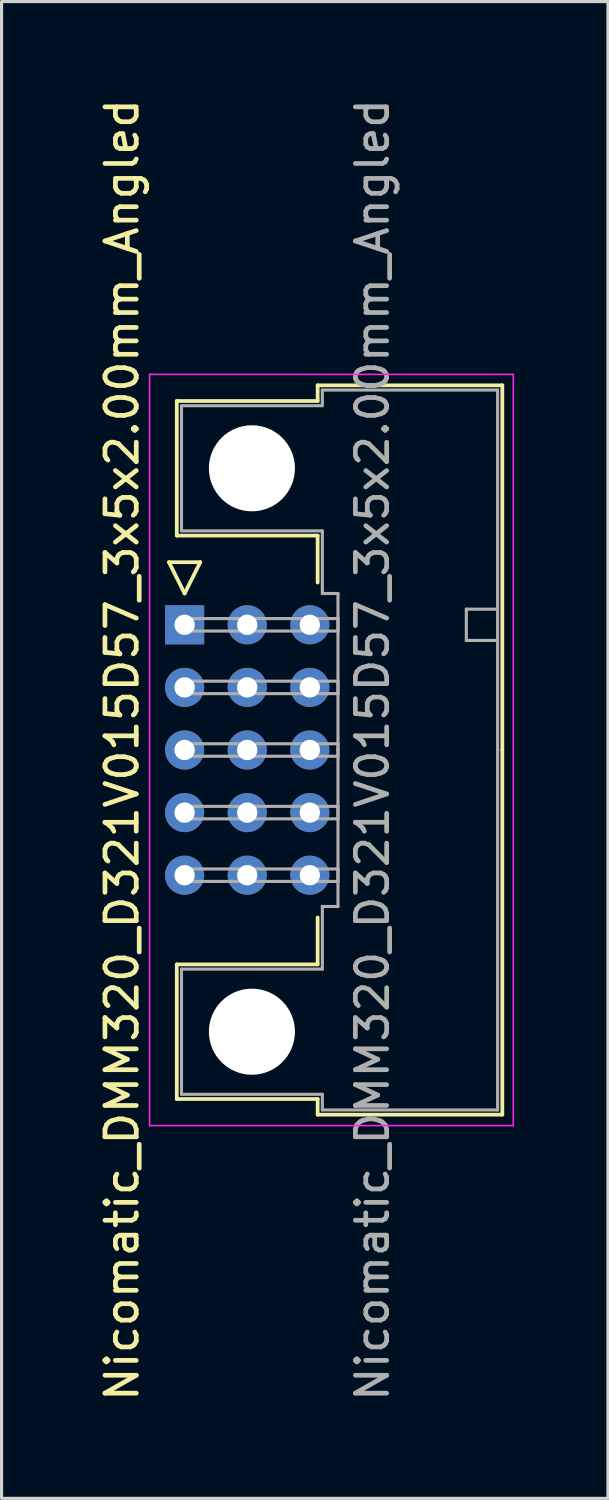
<source format=kicad_pcb>
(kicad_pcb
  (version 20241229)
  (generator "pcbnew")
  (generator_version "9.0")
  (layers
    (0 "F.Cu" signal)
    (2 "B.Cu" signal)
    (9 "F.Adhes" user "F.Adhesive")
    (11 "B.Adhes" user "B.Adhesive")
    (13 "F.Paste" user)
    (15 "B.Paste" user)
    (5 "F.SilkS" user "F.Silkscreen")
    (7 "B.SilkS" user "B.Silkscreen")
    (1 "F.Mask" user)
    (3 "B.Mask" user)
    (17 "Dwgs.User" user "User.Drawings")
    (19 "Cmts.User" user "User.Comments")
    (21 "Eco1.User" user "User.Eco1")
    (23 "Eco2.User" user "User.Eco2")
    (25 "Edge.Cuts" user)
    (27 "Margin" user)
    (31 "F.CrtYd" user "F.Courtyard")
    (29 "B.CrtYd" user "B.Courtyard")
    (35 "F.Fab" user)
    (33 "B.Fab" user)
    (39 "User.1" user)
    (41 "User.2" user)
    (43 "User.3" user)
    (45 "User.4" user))
  (footprint "Nicomatic_DMM320_D321V015D57_3x5x2.00mm_Angled"
    (layer "F.Cu")
    (at 2.848 16.911)
    (property "Reference" "Nicomatic_DMM320_D321V015D57_3x5x2.00mm_Angled" (at -2 4 90) (layer "F.SilkS") (effects (font (size 1 1) (thickness 0.15))))
    (attr through_hole)
    (fp_line (start -0.5 -2) (end 0 -1) (stroke (width 0.12) (type solid)) (layer "F.SilkS"))
    (fp_line (start -0.25 -7.15) (end -0.25 -2.85) (stroke (width 0.12) (type solid)) (layer "F.SilkS"))
    (fp_line (start -0.25 -2.85) (end 4.25 -2.85) (stroke (width 0.12) (type solid)) (layer "F.SilkS"))
    (fp_line (start -0.25 10.85) (end 4.25 10.85) (stroke (width 0.12) (type solid)) (layer "F.SilkS"))
    (fp_line (start -0.25 15.15) (end -0.25 10.85) (stroke (width 0.12) (type solid)) (layer "F.SilkS"))
    (fp_line (start 0 -1) (end 0.5 -2) (stroke (width 0.12) (type solid)) (layer "F.SilkS"))
    (fp_line (start 0.5 -2) (end -0.5 -2) (stroke (width 0.12) (type solid)) (layer "F.SilkS"))
    (fp_line (start 4.25 -7.65) (end 4.25 -7.15) (stroke (width 0.12) (type solid)) (layer "F.SilkS"))
    (fp_line (start 4.25 -7.15) (end -0.25 -7.15) (stroke (width 0.12) (type solid)) (layer "F.SilkS"))
    (fp_line (start 4.25 -2.85) (end 4.25 -1.35) (stroke (width 0.12) (type solid)) (layer "F.SilkS"))
    (fp_line (start 4.25 10.85) (end 4.25 9.35) (stroke (width 0.12) (type solid)) (layer "F.SilkS"))
    (fp_line (start 4.25 15.15) (end -0.25 15.15) (stroke (width 0.12) (type solid)) (layer "F.SilkS"))
    (fp_line (start 4.25 15.65) (end 4.25 15.15) (stroke (width 0.12) (type solid)) (layer "F.SilkS"))
    (fp_line (start 10.15 -7.65) (end 4.25 -7.65) (stroke (width 0.12) (type solid)) (layer "F.SilkS"))
    (fp_line (start 10.15 4) (end 10.15 -7.65) (stroke (width 0.12) (type solid)) (layer "F.SilkS"))
    (fp_line (start 10.15 4) (end 10.15 15.65) (stroke (width 0.12) (type solid)) (layer "F.SilkS"))
    (fp_line (start 10.15 15.65) (end 4.25 15.65) (stroke (width 0.12) (type solid)) (layer "F.SilkS"))
    (fp_line (start -1.12 -8) (end -1.12 16) (stroke (width 0.05) (type solid)) (layer "F.CrtYd"))
    (fp_line (start -1.12 16) (end 10.5 16) (stroke (width 0.05) (type solid)) (layer "F.CrtYd"))
    (fp_line (start 10.5 -8) (end -1.12 -8) (stroke (width 0.05) (type solid)) (layer "F.CrtYd"))
    (fp_line (start 10.5 16) (end 10.5 -8) (stroke (width 0.05) (type solid)) (layer "F.CrtYd"))
    (fp_line (start -0.1 -7) (end -0.1 -3) (stroke (width 0.1) (type solid)) (layer "F.Fab"))
    (fp_line (start -0.1 -3) (end 4.4 -3) (stroke (width 0.1) (type solid)) (layer "F.Fab"))
    (fp_line (start -0.1 11) (end 4.4 11) (stroke (width 0.1) (type solid)) (layer "F.Fab"))
    (fp_line (start -0.1 15) (end -0.1 11) (stroke (width 0.1) (type solid)) (layer "F.Fab"))
    (fp_line (start 0 -0.2) (end 0 0.2) (stroke (width 0.1) (type solid)) (layer "F.Fab"))
    (fp_line (start 0 0.2) (end 4.9 0.2) (stroke (width 0.1) (type solid)) (layer "F.Fab"))
    (fp_line (start 0 1.8) (end 0 2.2) (stroke (width 0.1) (type solid)) (layer "F.Fab"))
    (fp_line (start 0 2.2) (end 4.9 2.2) (stroke (width 0.1) (type solid)) (layer "F.Fab"))
    (fp_line (start 0 3.8) (end 0 4.2) (stroke (width 0.1) (type solid)) (layer "F.Fab"))
    (fp_line (start 0 4.2) (end 4.9 4.2) (stroke (width 0.1) (type solid)) (layer "F.Fab"))
    (fp_line (start 0 5.8) (end 0 6.2) (stroke (width 0.1) (type solid)) (layer "F.Fab"))
    (fp_line (start 0 6.2) (end 4.9 6.2) (stroke (width 0.1) (type solid)) (layer "F.Fab"))
    (fp_line (start 0 7.8) (end 0 8.2) (stroke (width 0.1) (type solid)) (layer "F.Fab"))
    (fp_line (start 0 8.2) (end 4.9 8.2) (stroke (width 0.1) (type solid)) (layer "F.Fab"))
    (fp_line (start 4.4 -7.5) (end 4.4 -7) (stroke (width 0.1) (type solid)) (layer "F.Fab"))
    (fp_line (start 4.4 -7) (end -0.1 -7) (stroke (width 0.1) (type solid)) (layer "F.Fab"))
    (fp_line (start 4.4 -3) (end 4.4 -1) (stroke (width 0.1) (type solid)) (layer "F.Fab"))
    (fp_line (start 4.4 -1) (end 4.9 -1) (stroke (width 0.1) (type solid)) (layer "F.Fab"))
    (fp_line (start 4.4 9) (end 4.9 9) (stroke (width 0.1) (type solid)) (layer "F.Fab"))
    (fp_line (start 4.4 11) (end 4.4 9) (stroke (width 0.1) (type solid)) (layer "F.Fab"))
    (fp_line (start 4.4 15) (end -0.1 15) (stroke (width 0.1) (type solid)) (layer "F.Fab"))
    (fp_line (start 4.4 15.5) (end 4.4 15) (stroke (width 0.1) (type solid)) (layer "F.Fab"))
    (fp_line (start 4.9 -1) (end 4.9 4) (stroke (width 0.1) (type solid)) (layer "F.Fab"))
    (fp_line (start 4.9 -0.2) (end 0 -0.2) (stroke (width 0.1) (type solid)) (layer "F.Fab"))
    (fp_line (start 4.9 0.2) (end 4.9 -0.2) (stroke (width 0.1) (type solid)) (layer "F.Fab"))
    (fp_line (start 4.9 1.8) (end 0 1.8) (stroke (width 0.1) (type solid)) (layer "F.Fab"))
    (fp_line (start 4.9 2.2) (end 4.9 1.8) (stroke (width 0.1) (type solid)) (layer "F.Fab"))
    (fp_line (start 4.9 3.8) (end 0 3.8) (stroke (width 0.1) (type solid)) (layer "F.Fab"))
    (fp_line (start 4.9 4.2) (end 4.9 3.8) (stroke (width 0.1) (type solid)) (layer "F.Fab"))
    (fp_line (start 4.9 5.8) (end 0 5.8) (stroke (width 0.1) (type solid)) (layer "F.Fab"))
    (fp_line (start 4.9 6.2) (end 4.9 5.8) (stroke (width 0.1) (type solid)) (layer "F.Fab"))
    (fp_line (start 4.9 7.8) (end 0 7.8) (stroke (width 0.1) (type solid)) (layer "F.Fab"))
    (fp_line (start 4.9 8.2) (end 4.9 7.8) (stroke (width 0.1) (type solid)) (layer "F.Fab"))
    (fp_line (start 4.9 9) (end 4.9 4) (stroke (width 0.1) (type solid)) (layer "F.Fab"))
    (fp_line (start 9 -0.5) (end 9 0.5) (stroke (width 0.1) (type solid)) (layer "F.Fab"))
    (fp_line (start 9 0.5) (end 10 0.5) (stroke (width 0.1) (type solid)) (layer "F.Fab"))
    (fp_line (start 10 -7.5) (end 4.4 -7.5) (stroke (width 0.1) (type solid)) (layer "F.Fab"))
    (fp_line (start 10 -0.5) (end 9 -0.5) (stroke (width 0.1) (type solid)) (layer "F.Fab"))
    (fp_line (start 10 4) (end 10 -7.5) (stroke (width 0.1) (type solid)) (layer "F.Fab"))
    (fp_line (start 10 4) (end 10 15.5) (stroke (width 0.1) (type solid)) (layer "F.Fab"))
    (fp_line (start 10 15.5) (end 4.4 15.5) (stroke (width 0.1) (type solid)) (layer "F.Fab"))
    (fp_text user "${REFERENCE}" (at 6 4 90) (layer "F.Fab") (effects (font (size 1 1) (thickness 0.15))))
    (pad "" np_thru_hole circle (at 2.15 -5) (size 2.75 2.75) (drill 2.75) (layers "*.Cu" "*.Mask"))
    (pad "" np_thru_hole circle (at 2.15 13) (size 2.75 2.75) (drill 2.75) (layers "*.Cu" "*.Mask"))
    (pad "1" thru_hole rect (at 0 0) (size 1.25 1.25) (drill 0.65) (layers "*.Cu" "*.Mask"))
    (pad "2" thru_hole oval (at 0 2) (size 1.25 1.25) (drill 0.65) (layers "*.Cu" "*.Mask"))
    (pad "3" thru_hole oval (at 0 4) (size 1.25 1.25) (drill 0.65) (layers "*.Cu" "*.Mask"))
    (pad "4" thru_hole oval (at 0 6) (size 1.25 1.25) (drill 0.65) (layers "*.Cu" "*.Mask"))
    (pad "5" thru_hole oval (at 0 8) (size 1.25 1.25) (drill 0.65) (layers "*.Cu" "*.Mask"))
    (pad "6" thru_hole oval (at 2 0) (size 1.25 1.25) (drill 0.65) (layers "*.Cu" "*.Mask"))
    (pad "7" thru_hole oval (at 2 2) (size 1.25 1.25) (drill 0.65) (layers "*.Cu" "*.Mask"))
    (pad "8" thru_hole oval (at 2 4) (size 1.25 1.25) (drill 0.65) (layers "*.Cu" "*.Mask"))
    (pad "9" thru_hole oval (at 2 6) (size 1.25 1.25) (drill 0.65) (layers "*.Cu" "*.Mask"))
    (pad "10" thru_hole oval (at 2 8) (size 1.25 1.25) (drill 0.65) (layers "*.Cu" "*.Mask"))
    (pad "11" thru_hole oval (at 4 0) (size 1.25 1.25) (drill 0.65) (layers "*.Cu" "*.Mask"))
    (pad "12" thru_hole oval (at 4 2) (size 1.25 1.25) (drill 0.65) (layers "*.Cu" "*.Mask"))
    (pad "13" thru_hole oval (at 4 4) (size 1.25 1.25) (drill 0.65) (layers "*.Cu" "*.Mask"))
    (pad "14" thru_hole oval (at 4 6) (size 1.25 1.25) (drill 0.65) (layers "*.Cu" "*.Mask"))
    (pad "15" thru_hole oval (at 4 8) (size 1.25 1.25) (drill 0.65) (layers "*.Cu" "*.Mask")))
  (gr_rect
    (start -3 -3)
    (end 16.373 44.821)
    (stroke (width 0.1) (type default))
    (fill no)
    (layer "Edge.Cuts")))
</source>
